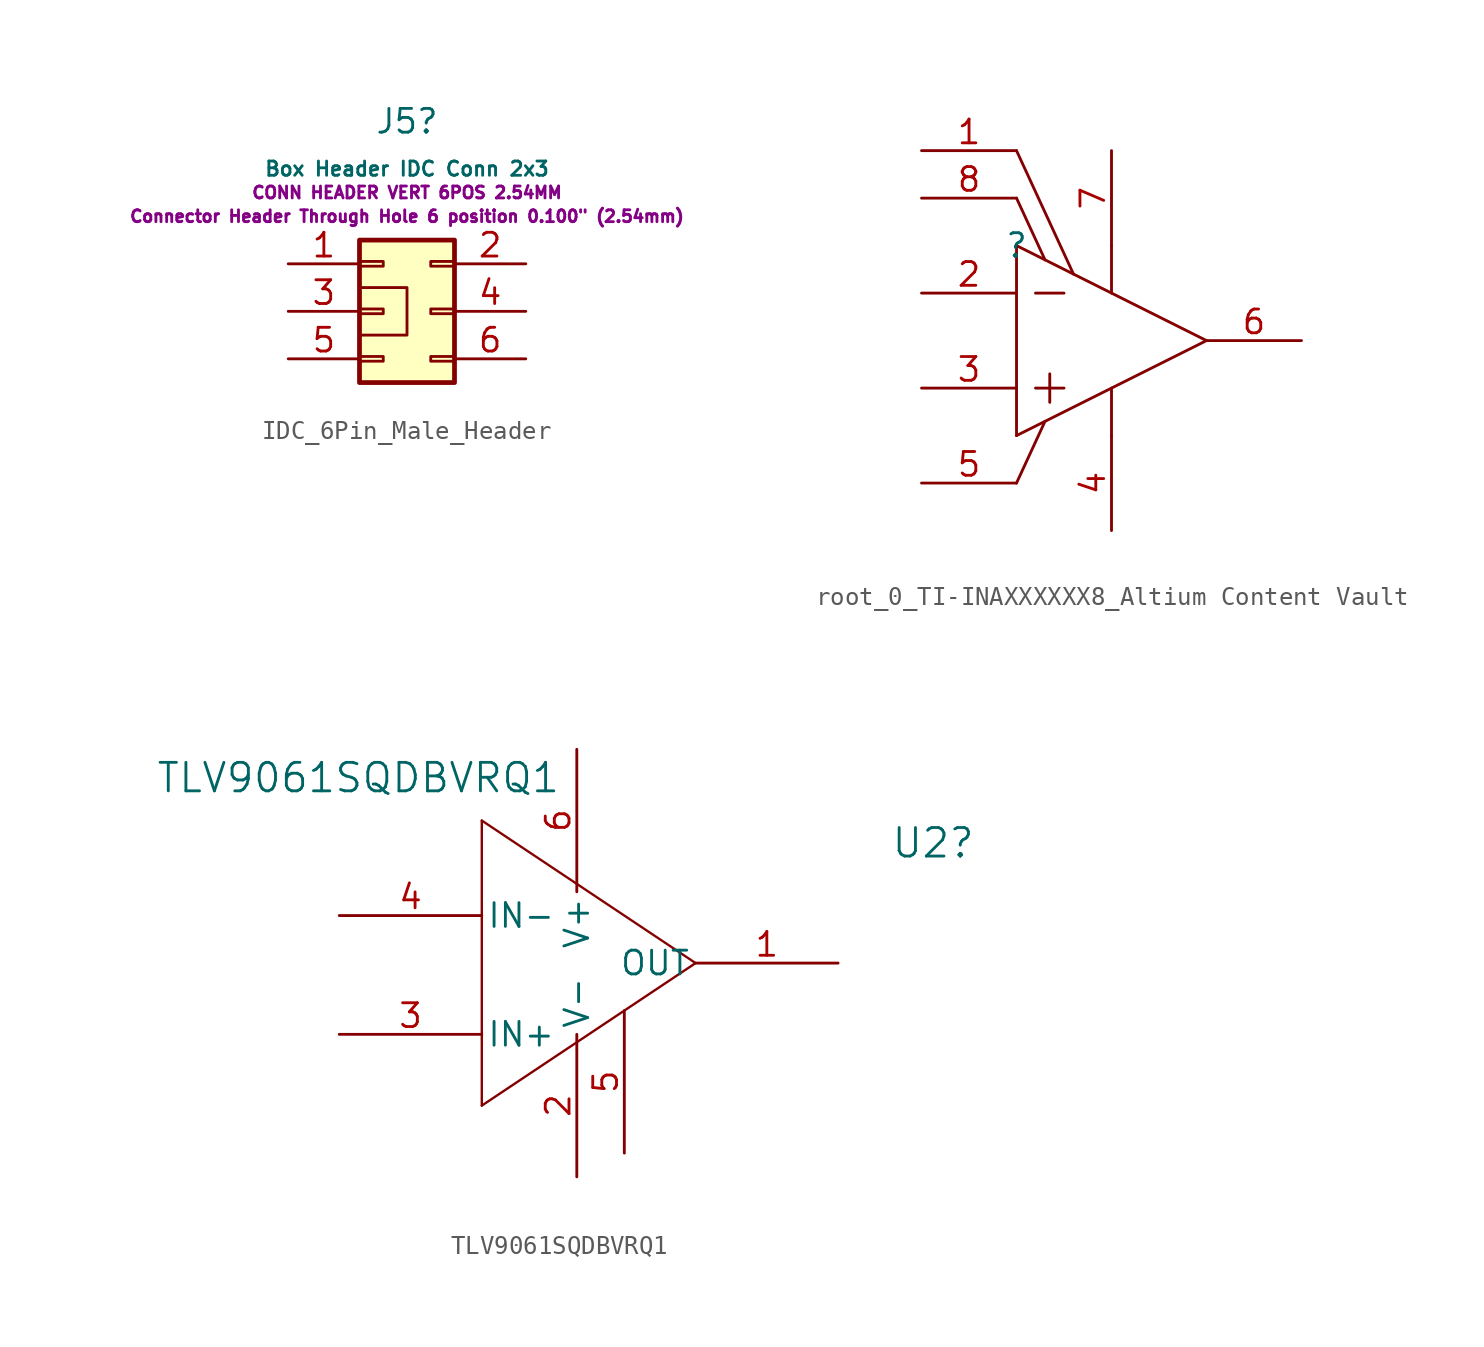
<source format=kicad_sym>
(kicad_symbol_lib
  (version 20241209)
  (generator "kicad_symbol_editor")
  (generator_version "9.0")
  (symbol "IDC_6Pin_Male_Header"
    (pin_names
      (offset 1.016)
      (hide yes))
    (property "Reference" "J5"
      (at 1.27 10.16 0)
      (effects (font (size 1.27 1.27))))
    (property "Value" "Box Header IDC Conn 2x3"
      (at 1.27 7.62 0)
      (effects (font (size 0.762 0.762))))
    (property "Description" "CONN HEADER VERT 6POS 2.54MM"
      (at 1.27 6.35 0)
      (effects (font (size 0.635 0.635))))
    (property "Detailed Description" "Connector Header Through Hole 6 position 0.100\" (2.54mm)"
      (at 1.27 5.08 0)
      (effects (font (size 0.635 0.635))))
    (symbol "IDC_6Pin_Male_Header_0_1"
      (rectangle (start -1.27 1.27) (end 1.27 -1.27) (stroke (width 0) (type default)) (fill (type none))))
    (symbol "IDC_6Pin_Male_Header_1_1"
      (rectangle (start -1.27 3.81) (end 3.81 -3.81) (stroke (width 0.254) (type default)) (fill (type background)))
      (rectangle (start -1.27 2.667) (end 0 2.413) (stroke (width 0.152) (type default)) (fill (type none)))
      (rectangle (start -1.27 0.127) (end 0 -0.127) (stroke (width 0.152) (type default)) (fill (type none)))
      (rectangle (start -1.27 -2.413) (end 0 -2.667) (stroke (width 0.152) (type default)) (fill (type none)))
      (rectangle (start 3.81 2.667) (end 2.54 2.413) (stroke (width 0.152) (type default)) (fill (type none)))
      (rectangle (start 3.81 0.127) (end 2.54 -0.127) (stroke (width 0.152) (type default)) (fill (type none)))
      (rectangle (start 3.81 -2.413) (end 2.54 -2.667) (stroke (width 0.152) (type default)) (fill (type none)))
      (pin passive line (at -5.08 2.54 0) (length 3.81) (name "Pin_1" (effects (font (size 1.27 1.27)))) (number "1" (effects (font (size 1.27 1.27)))))
      (pin passive line (at -5.08 0 0) (length 3.81) (name "Pin_3" (effects (font (size 1.27 1.27)))) (number "3" (effects (font (size 1.27 1.27)))))
      (pin passive line (at -5.08 -2.54 0) (length 3.81) (name "Pin_5" (effects (font (size 1.27 1.27)))) (number "5" (effects (font (size 1.27 1.27)))))
      (pin passive line (at 7.62 2.54 180) (length 3.81) (name "Pin_2" (effects (font (size 1.27 1.27)))) (number "2" (effects (font (size 1.27 1.27)))))
      (pin passive line (at 7.62 0 180) (length 3.81) (name "Pin_4" (effects (font (size 1.27 1.27)))) (number "4" (effects (font (size 1.27 1.27)))))
      (pin passive line (at 7.62 -2.54 180) (length 3.81) (name "Pin_6" (effects (font (size 1.27 1.27)))) (number "6" (effects (font (size 1.27 1.27)))))))
  (symbol "root_0_TI-INAXXXXXX8_Altium Content Vault"
    (pin_names
      (hide yes))
    (property "Reference" ""
      (at 0 0 0)
      (effects (font (size 1.27 1.27))))
    (property "Value" ""
      (at 0 0 0)
      (effects (font (size 1.27 1.27))))
    (symbol "root_0_TI-INAXXXXXX8_Altium Content Vault_1_0"
      (polyline (pts (xy 0 0) (xy 0 -10.16)) (stroke (width 0) (type solid)) (fill (type none)))
      (polyline (pts (xy 0 0) (xy 10.16 -5.08)) (stroke (width 0) (type solid)) (fill (type none)))
      (polyline (pts (xy 0 -10.16) (xy 10.16 -5.08)) (stroke (width 0) (type solid)) (fill (type none)))
      (polyline (pts (xy 1.016 -2.54) (xy 2.54 -2.54)) (stroke (width 0) (type solid)) (fill (type none)))
      (polyline (pts (xy 1.016 -7.62) (xy 2.54 -7.62)) (stroke (width 0) (type solid)) (fill (type none)))
      (polyline (pts (xy 1.524 -0.762) (xy 0 2.54)) (stroke (width 0) (type solid)) (fill (type none)))
      (polyline (pts (xy 1.524 -9.398) (xy 0 -12.7)) (stroke (width 0) (type solid)) (fill (type none)))
      (polyline (pts (xy 1.778 -6.858) (xy 1.778 -8.382)) (stroke (width 0) (type solid)) (fill (type none)))
      (polyline (pts (xy 3.048 -1.524) (xy 0 5.08)) (stroke (width 0) (type solid)) (fill (type none)))
      (polyline (pts (xy 5.08 0) (xy 5.08 -2.54)) (stroke (width 0) (type solid)) (fill (type none)))
      (polyline (pts (xy 5.08 -7.62) (xy 5.08 -10.16)) (stroke (width 0) (type solid)) (fill (type none)))
      (pin input line (at -5.08 5.08 0) (length 5.08) (name "RG" (effects (font (size 1.27 1.27)))) (number "1" (effects (font (size 1.27 1.27)))))
      (pin input line (at -5.08 2.54 0) (length 5.08) (name "RG" (effects (font (size 1.27 1.27)))) (number "8" (effects (font (size 1.27 1.27)))))
      (pin input line (at -5.08 -2.54 0) (length 5.08) (name "VIN-" (effects (font (size 1.27 1.27)))) (number "2" (effects (font (size 1.27 1.27)))))
      (pin input line (at -5.08 -7.62 0) (length 5.08) (name "VIN+" (effects (font (size 1.27 1.27)))) (number "3" (effects (font (size 1.27 1.27)))))
      (pin input line (at -5.08 -12.7 0) (length 5.08) (name "REF" (effects (font (size 1.27 1.27)))) (number "5" (effects (font (size 1.27 1.27)))))
      (pin power_in line (at 5.08 5.08 270) (length 5.08) (name "V+" (effects (font (size 1.27 1.27)))) (number "7" (effects (font (size 1.27 1.27)))))
      (pin power_in line (at 5.08 -15.24 90) (length 5.08) (name "V-" (effects (font (size 1.27 1.27)))) (number "4" (effects (font (size 1.27 1.27)))))
      (pin output line (at 15.24 -5.08 180) (length 5.08) (name "VOUT" (effects (font (size 1.27 1.27)))) (number "6" (effects (font (size 1.27 1.27)))))))
  (symbol "TLV9061SQDBVRQ1"
    (pin_names
      (offset 0.254))
    (property "Reference" "U2"
      (at 31.75 3.88 0)
      (effects (font (size 1.524 1.524))))
    (property "Value" "TLV9061SQDBVRQ1"
      (at 1.016 7.366 0)
      (effects (font (size 1.524 1.524))))
    (property "ki_locked" ""
      (at 0 0 0)
      (effects (font (size 1.27 1.27))))
    (symbol "TLV9061SQDBVRQ1_0_1"
      (polyline (pts (xy 7.62 5.08) (xy 7.62 -10.16)) (stroke (width 0.127) (type default)) (fill (type none)))
      (polyline (pts (xy 7.62 -10.16) (xy 19.05 -2.54)) (stroke (width 0.127) (type default)) (fill (type none)))
      (polyline (pts (xy 19.05 -2.54) (xy 7.62 5.08)) (stroke (width 0.127) (type default)) (fill (type none)))
      (pin input line (at 0 0 0) (length 7.62) (name "IN-" (effects (font (size 1.27 1.27)))) (number "4" (effects (font (size 1.27 1.27)))))
      (pin input line (at 0 -6.35 0) (length 7.62) (name "IN+" (effects (font (size 1.27 1.27)))) (number "3" (effects (font (size 1.27 1.27)))))
      (pin power_in line (at 12.7 8.89 270) (length 7.62) (name "V+" (effects (font (size 1.27 1.27)))) (number "6" (effects (font (size 1.27 1.27)))))
      (pin power_in line (at 12.7 -13.97 90) (length 7.62) (name "V-" (effects (font (size 1.27 1.27)))) (number "2" (effects (font (size 1.27 1.27)))))
      (pin output line (at 26.67 -2.54 180) (length 7.62) (name "OUT" (effects (font (size 1.27 1.27)))) (number "1" (effects (font (size 1.27 1.27))))))
    (symbol "TLV9061SQDBVRQ1_1_1"
      (pin passive line (at 15.24 -12.7 90) (length 7.62) (name "" (effects (font (size 1.27 1.27)))) (number "5" (effects (font (size 1.27 1.27))))))))
</source>
